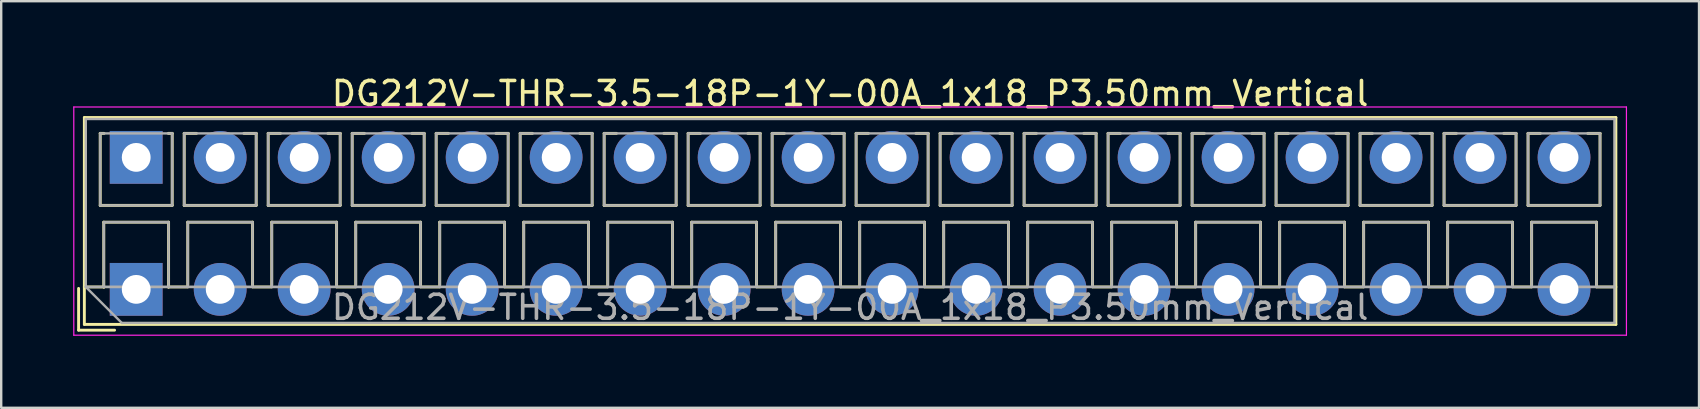
<source format=kicad_pcb>
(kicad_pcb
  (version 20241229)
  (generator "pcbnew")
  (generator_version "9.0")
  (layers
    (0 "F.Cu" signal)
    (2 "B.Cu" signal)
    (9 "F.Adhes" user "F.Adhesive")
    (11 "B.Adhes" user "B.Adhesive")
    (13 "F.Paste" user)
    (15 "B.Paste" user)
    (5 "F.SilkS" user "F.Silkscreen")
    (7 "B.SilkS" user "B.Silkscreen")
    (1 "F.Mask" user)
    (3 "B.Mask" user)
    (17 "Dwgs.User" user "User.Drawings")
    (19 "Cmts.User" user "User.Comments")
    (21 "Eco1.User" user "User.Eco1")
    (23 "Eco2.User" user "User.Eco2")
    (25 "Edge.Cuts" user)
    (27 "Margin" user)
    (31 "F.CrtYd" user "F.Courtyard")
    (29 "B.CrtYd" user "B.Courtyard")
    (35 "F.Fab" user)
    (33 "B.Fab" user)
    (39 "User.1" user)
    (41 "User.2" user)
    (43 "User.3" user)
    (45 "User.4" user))
  (footprint "DG212V-THR-3.5-18P-1Y-00A_1x18_P3.50mm_Vertical"
    (layer "F.Cu")
    (at 2.625 9.008)
    (property "Reference" "DG212V-THR-3.5-18P-1Y-00A_1x18_P3.50mm_Vertical" (at 29.75 -8.16 0) (layer "F.SilkS") (effects (font (size 1 1) (thickness 0.15))))
    (attr through_hole)
    (fp_line (start -2.4 -0.04) (end -2.4 1.7) (stroke (width 0.12) (type solid)) (layer "F.SilkS"))
    (fp_line (start -2.4 1.7) (end -0.9 1.7) (stroke (width 0.12) (type solid)) (layer "F.SilkS"))
    (fp_line (start -2.16 -7.16) (end -2.16 1.46) (stroke (width 0.12) (type solid)) (layer "F.SilkS"))
    (fp_line (start -2.16 -7.16) (end 61.66 -7.16) (stroke (width 0.12) (type solid)) (layer "F.SilkS"))
    (fp_line (start -2.16 -0.1) (end -1.34 -0.1) (stroke (width 0.12) (type solid)) (layer "F.SilkS"))
    (fp_line (start -2.16 1.46) (end 61.66 1.46) (stroke (width 0.12) (type solid)) (layer "F.SilkS"))
    (fp_line (start -1.5 -6.5) (end -1.5 -3.5) (stroke (width 0.12) (type solid)) (layer "F.SilkS"))
    (fp_line (start -1.5 -6.5) (end -1.34 -6.5) (stroke (width 0.12) (type solid)) (layer "F.SilkS"))
    (fp_line (start -1.5 -3.5) (end 1.5 -3.5) (stroke (width 0.12) (type solid)) (layer "F.SilkS"))
    (fp_line (start -1.35 -2.8) (end -1.35 -0.1) (stroke (width 0.12) (type solid)) (layer "F.SilkS"))
    (fp_line (start -1.35 -2.8) (end 1.35 -2.8) (stroke (width 0.12) (type solid)) (layer "F.SilkS"))
    (fp_line (start -1.35 -0.1) (end -1.34 -0.1) (stroke (width 0.12) (type solid)) (layer "F.SilkS"))
    (fp_line (start 1.34 -6.5) (end 1.5 -6.5) (stroke (width 0.12) (type solid)) (layer "F.SilkS"))
    (fp_line (start 1.34 -0.1) (end 1.35 -0.1) (stroke (width 0.12) (type solid)) (layer "F.SilkS"))
    (fp_line (start 1.34 -0.1) (end 2.148 -0.1) (stroke (width 0.12) (type solid)) (layer "F.SilkS"))
    (fp_line (start 1.35 -2.8) (end 1.35 -0.1) (stroke (width 0.12) (type solid)) (layer "F.SilkS"))
    (fp_line (start 1.5 -6.5) (end 1.5 -3.5) (stroke (width 0.12) (type solid)) (layer "F.SilkS"))
    (fp_line (start 2 -6.5) (end 2 -3.5) (stroke (width 0.12) (type solid)) (layer "F.SilkS"))
    (fp_line (start 2 -6.5) (end 2.512 -6.5) (stroke (width 0.12) (type solid)) (layer "F.SilkS"))
    (fp_line (start 2 -3.5) (end 5 -3.5) (stroke (width 0.12) (type solid)) (layer "F.SilkS"))
    (fp_line (start 2.15 -2.8) (end 2.15 -0.183) (stroke (width 0.12) (type solid)) (layer "F.SilkS"))
    (fp_line (start 2.15 -2.8) (end 4.85 -2.8) (stroke (width 0.12) (type solid)) (layer "F.SilkS"))
    (fp_line (start 4.489 -6.5) (end 5 -6.5) (stroke (width 0.12) (type solid)) (layer "F.SilkS"))
    (fp_line (start 4.85 -2.8) (end 4.85 -0.183) (stroke (width 0.12) (type solid)) (layer "F.SilkS"))
    (fp_line (start 4.853 -0.1) (end 5.648 -0.1) (stroke (width 0.12) (type solid)) (layer "F.SilkS"))
    (fp_line (start 5 -6.5) (end 5 -3.5) (stroke (width 0.12) (type solid)) (layer "F.SilkS"))
    (fp_line (start 5.5 -6.5) (end 5.5 -3.5) (stroke (width 0.12) (type solid)) (layer "F.SilkS"))
    (fp_line (start 5.5 -6.5) (end 6.012 -6.5) (stroke (width 0.12) (type solid)) (layer "F.SilkS"))
    (fp_line (start 5.5 -3.5) (end 8.5 -3.5) (stroke (width 0.12) (type solid)) (layer "F.SilkS"))
    (fp_line (start 5.65 -2.8) (end 5.65 -0.183) (stroke (width 0.12) (type solid)) (layer "F.SilkS"))
    (fp_line (start 5.65 -2.8) (end 8.351 -2.8) (stroke (width 0.12) (type solid)) (layer "F.SilkS"))
    (fp_line (start 7.989 -6.5) (end 8.5 -6.5) (stroke (width 0.12) (type solid)) (layer "F.SilkS"))
    (fp_line (start 8.351 -2.8) (end 8.351 -0.183) (stroke (width 0.12) (type solid)) (layer "F.SilkS"))
    (fp_line (start 8.353 -0.1) (end 9.148 -0.1) (stroke (width 0.12) (type solid)) (layer "F.SilkS"))
    (fp_line (start 8.5 -6.5) (end 8.5 -3.5) (stroke (width 0.12) (type solid)) (layer "F.SilkS"))
    (fp_line (start 9 -6.5) (end 9 -3.5) (stroke (width 0.12) (type solid)) (layer "F.SilkS"))
    (fp_line (start 9 -6.5) (end 9.512 -6.5) (stroke (width 0.12) (type solid)) (layer "F.SilkS"))
    (fp_line (start 9 -3.5) (end 12 -3.5) (stroke (width 0.12) (type solid)) (layer "F.SilkS"))
    (fp_line (start 9.15 -2.8) (end 9.15 -0.183) (stroke (width 0.12) (type solid)) (layer "F.SilkS"))
    (fp_line (start 9.15 -2.8) (end 11.851 -2.8) (stroke (width 0.12) (type solid)) (layer "F.SilkS"))
    (fp_line (start 11.489 -6.5) (end 12 -6.5) (stroke (width 0.12) (type solid)) (layer "F.SilkS"))
    (fp_line (start 11.851 -2.8) (end 11.851 -0.183) (stroke (width 0.12) (type solid)) (layer "F.SilkS"))
    (fp_line (start 11.853 -0.1) (end 12.648 -0.1) (stroke (width 0.12) (type solid)) (layer "F.SilkS"))
    (fp_line (start 12 -6.5) (end 12 -3.5) (stroke (width 0.12) (type solid)) (layer "F.SilkS"))
    (fp_line (start 12.5 -6.5) (end 12.5 -3.5) (stroke (width 0.12) (type solid)) (layer "F.SilkS"))
    (fp_line (start 12.5 -6.5) (end 13.012 -6.5) (stroke (width 0.12) (type solid)) (layer "F.SilkS"))
    (fp_line (start 12.5 -3.5) (end 15.5 -3.5) (stroke (width 0.12) (type solid)) (layer "F.SilkS"))
    (fp_line (start 12.65 -2.8) (end 12.65 -0.183) (stroke (width 0.12) (type solid)) (layer "F.SilkS"))
    (fp_line (start 12.65 -2.8) (end 15.351 -2.8) (stroke (width 0.12) (type solid)) (layer "F.SilkS"))
    (fp_line (start 14.989 -6.5) (end 15.5 -6.5) (stroke (width 0.12) (type solid)) (layer "F.SilkS"))
    (fp_line (start 15.351 -2.8) (end 15.351 -0.183) (stroke (width 0.12) (type solid)) (layer "F.SilkS"))
    (fp_line (start 15.353 -0.1) (end 16.148 -0.1) (stroke (width 0.12) (type solid)) (layer "F.SilkS"))
    (fp_line (start 15.5 -6.5) (end 15.5 -3.5) (stroke (width 0.12) (type solid)) (layer "F.SilkS"))
    (fp_line (start 16 -6.5) (end 16 -3.5) (stroke (width 0.12) (type solid)) (layer "F.SilkS"))
    (fp_line (start 16 -6.5) (end 16.512 -6.5) (stroke (width 0.12) (type solid)) (layer "F.SilkS"))
    (fp_line (start 16 -3.5) (end 19 -3.5) (stroke (width 0.12) (type solid)) (layer "F.SilkS"))
    (fp_line (start 16.15 -2.8) (end 16.15 -0.183) (stroke (width 0.12) (type solid)) (layer "F.SilkS"))
    (fp_line (start 16.15 -2.8) (end 18.85 -2.8) (stroke (width 0.12) (type solid)) (layer "F.SilkS"))
    (fp_line (start 18.489 -6.5) (end 19 -6.5) (stroke (width 0.12) (type solid)) (layer "F.SilkS"))
    (fp_line (start 18.85 -2.8) (end 18.85 -0.183) (stroke (width 0.12) (type solid)) (layer "F.SilkS"))
    (fp_line (start 18.853 -0.1) (end 19.648 -0.1) (stroke (width 0.12) (type solid)) (layer "F.SilkS"))
    (fp_line (start 19 -6.5) (end 19 -3.5) (stroke (width 0.12) (type solid)) (layer "F.SilkS"))
    (fp_line (start 19.5 -6.5) (end 19.5 -3.5) (stroke (width 0.12) (type solid)) (layer "F.SilkS"))
    (fp_line (start 19.5 -6.5) (end 20.012 -6.5) (stroke (width 0.12) (type solid)) (layer "F.SilkS"))
    (fp_line (start 19.5 -3.5) (end 22.5 -3.5) (stroke (width 0.12) (type solid)) (layer "F.SilkS"))
    (fp_line (start 19.65 -2.8) (end 19.65 -0.183) (stroke (width 0.12) (type solid)) (layer "F.SilkS"))
    (fp_line (start 19.65 -2.8) (end 22.35 -2.8) (stroke (width 0.12) (type solid)) (layer "F.SilkS"))
    (fp_line (start 21.989 -6.5) (end 22.5 -6.5) (stroke (width 0.12) (type solid)) (layer "F.SilkS"))
    (fp_line (start 22.35 -2.8) (end 22.35 -0.183) (stroke (width 0.12) (type solid)) (layer "F.SilkS"))
    (fp_line (start 22.353 -0.1) (end 23.148 -0.1) (stroke (width 0.12) (type solid)) (layer "F.SilkS"))
    (fp_line (start 22.5 -6.5) (end 22.5 -3.5) (stroke (width 0.12) (type solid)) (layer "F.SilkS"))
    (fp_line (start 23 -6.5) (end 23 -3.5) (stroke (width 0.12) (type solid)) (layer "F.SilkS"))
    (fp_line (start 23 -6.5) (end 23.512 -6.5) (stroke (width 0.12) (type solid)) (layer "F.SilkS"))
    (fp_line (start 23 -3.5) (end 26 -3.5) (stroke (width 0.12) (type solid)) (layer "F.SilkS"))
    (fp_line (start 23.15 -2.8) (end 23.15 -0.183) (stroke (width 0.12) (type solid)) (layer "F.SilkS"))
    (fp_line (start 23.15 -2.8) (end 25.85 -2.8) (stroke (width 0.12) (type solid)) (layer "F.SilkS"))
    (fp_line (start 25.489 -6.5) (end 26 -6.5) (stroke (width 0.12) (type solid)) (layer "F.SilkS"))
    (fp_line (start 25.85 -2.8) (end 25.85 -0.183) (stroke (width 0.12) (type solid)) (layer "F.SilkS"))
    (fp_line (start 25.853 -0.1) (end 26.648 -0.1) (stroke (width 0.12) (type solid)) (layer "F.SilkS"))
    (fp_line (start 26 -6.5) (end 26 -3.5) (stroke (width 0.12) (type solid)) (layer "F.SilkS"))
    (fp_line (start 26.5 -6.5) (end 26.5 -3.5) (stroke (width 0.12) (type solid)) (layer "F.SilkS"))
    (fp_line (start 26.5 -6.5) (end 27.012 -6.5) (stroke (width 0.12) (type solid)) (layer "F.SilkS"))
    (fp_line (start 26.5 -3.5) (end 29.5 -3.5) (stroke (width 0.12) (type solid)) (layer "F.SilkS"))
    (fp_line (start 26.65 -2.8) (end 26.65 -0.183) (stroke (width 0.12) (type solid)) (layer "F.SilkS"))
    (fp_line (start 26.65 -2.8) (end 29.35 -2.8) (stroke (width 0.12) (type solid)) (layer "F.SilkS"))
    (fp_line (start 28.989 -6.5) (end 29.5 -6.5) (stroke (width 0.12) (type solid)) (layer "F.SilkS"))
    (fp_line (start 29.35 -2.8) (end 29.35 -0.183) (stroke (width 0.12) (type solid)) (layer "F.SilkS"))
    (fp_line (start 29.353 -0.1) (end 30.148 -0.1) (stroke (width 0.12) (type solid)) (layer "F.SilkS"))
    (fp_line (start 29.5 -6.5) (end 29.5 -3.5) (stroke (width 0.12) (type solid)) (layer "F.SilkS"))
    (fp_line (start 30 -6.5) (end 30 -3.5) (stroke (width 0.12) (type solid)) (layer "F.SilkS"))
    (fp_line (start 30 -6.5) (end 30.512 -6.5) (stroke (width 0.12) (type solid)) (layer "F.SilkS"))
    (fp_line (start 30 -3.5) (end 33 -3.5) (stroke (width 0.12) (type solid)) (layer "F.SilkS"))
    (fp_line (start 30.15 -2.8) (end 30.15 -0.183) (stroke (width 0.12) (type solid)) (layer "F.SilkS"))
    (fp_line (start 30.15 -2.8) (end 32.85 -2.8) (stroke (width 0.12) (type solid)) (layer "F.SilkS"))
    (fp_line (start 32.489 -6.5) (end 33 -6.5) (stroke (width 0.12) (type solid)) (layer "F.SilkS"))
    (fp_line (start 32.85 -2.8) (end 32.85 -0.183) (stroke (width 0.12) (type solid)) (layer "F.SilkS"))
    (fp_line (start 32.853 -0.1) (end 33.648 -0.1) (stroke (width 0.12) (type solid)) (layer "F.SilkS"))
    (fp_line (start 33 -6.5) (end 33 -3.5) (stroke (width 0.12) (type solid)) (layer "F.SilkS"))
    (fp_line (start 33.5 -6.5) (end 33.5 -3.5) (stroke (width 0.12) (type solid)) (layer "F.SilkS"))
    (fp_line (start 33.5 -6.5) (end 34.012 -6.5) (stroke (width 0.12) (type solid)) (layer "F.SilkS"))
    (fp_line (start 33.5 -3.5) (end 36.5 -3.5) (stroke (width 0.12) (type solid)) (layer "F.SilkS"))
    (fp_line (start 33.65 -2.8) (end 33.65 -0.183) (stroke (width 0.12) (type solid)) (layer "F.SilkS"))
    (fp_line (start 33.65 -2.8) (end 36.35 -2.8) (stroke (width 0.12) (type solid)) (layer "F.SilkS"))
    (fp_line (start 35.989 -6.5) (end 36.5 -6.5) (stroke (width 0.12) (type solid)) (layer "F.SilkS"))
    (fp_line (start 36.35 -2.8) (end 36.35 -0.183) (stroke (width 0.12) (type solid)) (layer "F.SilkS"))
    (fp_line (start 36.353 -0.1) (end 37.148 -0.1) (stroke (width 0.12) (type solid)) (layer "F.SilkS"))
    (fp_line (start 36.5 -6.5) (end 36.5 -3.5) (stroke (width 0.12) (type solid)) (layer "F.SilkS"))
    (fp_line (start 37 -6.5) (end 37 -3.5) (stroke (width 0.12) (type solid)) (layer "F.SilkS"))
    (fp_line (start 37 -6.5) (end 37.512 -6.5) (stroke (width 0.12) (type solid)) (layer "F.SilkS"))
    (fp_line (start 37 -3.5) (end 40 -3.5) (stroke (width 0.12) (type solid)) (layer "F.SilkS"))
    (fp_line (start 37.15 -2.8) (end 37.15 -0.183) (stroke (width 0.12) (type solid)) (layer "F.SilkS"))
    (fp_line (start 37.15 -2.8) (end 39.85 -2.8) (stroke (width 0.12) (type solid)) (layer "F.SilkS"))
    (fp_line (start 39.489 -6.5) (end 40 -6.5) (stroke (width 0.12) (type solid)) (layer "F.SilkS"))
    (fp_line (start 39.85 -2.8) (end 39.85 -0.183) (stroke (width 0.12) (type solid)) (layer "F.SilkS"))
    (fp_line (start 39.853 -0.1) (end 40.648 -0.1) (stroke (width 0.12) (type solid)) (layer "F.SilkS"))
    (fp_line (start 40 -6.5) (end 40 -3.5) (stroke (width 0.12) (type solid)) (layer "F.SilkS"))
    (fp_line (start 40.5 -6.5) (end 40.5 -3.5) (stroke (width 0.12) (type solid)) (layer "F.SilkS"))
    (fp_line (start 40.5 -6.5) (end 41.012 -6.5) (stroke (width 0.12) (type solid)) (layer "F.SilkS"))
    (fp_line (start 40.5 -3.5) (end 43.5 -3.5) (stroke (width 0.12) (type solid)) (layer "F.SilkS"))
    (fp_line (start 40.65 -2.8) (end 40.65 -0.183) (stroke (width 0.12) (type solid)) (layer "F.SilkS"))
    (fp_line (start 40.65 -2.8) (end 43.35 -2.8) (stroke (width 0.12) (type solid)) (layer "F.SilkS"))
    (fp_line (start 42.989 -6.5) (end 43.5 -6.5) (stroke (width 0.12) (type solid)) (layer "F.SilkS"))
    (fp_line (start 43.35 -2.8) (end 43.35 -0.183) (stroke (width 0.12) (type solid)) (layer "F.SilkS"))
    (fp_line (start 43.353 -0.1) (end 44.148 -0.1) (stroke (width 0.12) (type solid)) (layer "F.SilkS"))
    (fp_line (start 43.5 -6.5) (end 43.5 -3.5) (stroke (width 0.12) (type solid)) (layer "F.SilkS"))
    (fp_line (start 44 -6.5) (end 44 -3.5) (stroke (width 0.12) (type solid)) (layer "F.SilkS"))
    (fp_line (start 44 -6.5) (end 44.512 -6.5) (stroke (width 0.12) (type solid)) (layer "F.SilkS"))
    (fp_line (start 44 -3.5) (end 47 -3.5) (stroke (width 0.12) (type solid)) (layer "F.SilkS"))
    (fp_line (start 44.15 -2.8) (end 44.15 -0.183) (stroke (width 0.12) (type solid)) (layer "F.SilkS"))
    (fp_line (start 44.15 -2.8) (end 46.85 -2.8) (stroke (width 0.12) (type solid)) (layer "F.SilkS"))
    (fp_line (start 46.489 -6.5) (end 47 -6.5) (stroke (width 0.12) (type solid)) (layer "F.SilkS"))
    (fp_line (start 46.85 -2.8) (end 46.85 -0.183) (stroke (width 0.12) (type solid)) (layer "F.SilkS"))
    (fp_line (start 46.853 -0.1) (end 47.648 -0.1) (stroke (width 0.12) (type solid)) (layer "F.SilkS"))
    (fp_line (start 47 -6.5) (end 47 -3.5) (stroke (width 0.12) (type solid)) (layer "F.SilkS"))
    (fp_line (start 47.5 -6.5) (end 47.5 -3.5) (stroke (width 0.12) (type solid)) (layer "F.SilkS"))
    (fp_line (start 47.5 -6.5) (end 48.012 -6.5) (stroke (width 0.12) (type solid)) (layer "F.SilkS"))
    (fp_line (start 47.5 -3.5) (end 50.5 -3.5) (stroke (width 0.12) (type solid)) (layer "F.SilkS"))
    (fp_line (start 47.65 -2.8) (end 47.65 -0.183) (stroke (width 0.12) (type solid)) (layer "F.SilkS"))
    (fp_line (start 47.65 -2.8) (end 50.35 -2.8) (stroke (width 0.12) (type solid)) (layer "F.SilkS"))
    (fp_line (start 49.989 -6.5) (end 50.5 -6.5) (stroke (width 0.12) (type solid)) (layer "F.SilkS"))
    (fp_line (start 50.35 -2.8) (end 50.35 -0.183) (stroke (width 0.12) (type solid)) (layer "F.SilkS"))
    (fp_line (start 50.353 -0.1) (end 51.148 -0.1) (stroke (width 0.12) (type solid)) (layer "F.SilkS"))
    (fp_line (start 50.5 -6.5) (end 50.5 -3.5) (stroke (width 0.12) (type solid)) (layer "F.SilkS"))
    (fp_line (start 51 -6.5) (end 51 -3.5) (stroke (width 0.12) (type solid)) (layer "F.SilkS"))
    (fp_line (start 51 -6.5) (end 51.512 -6.5) (stroke (width 0.12) (type solid)) (layer "F.SilkS"))
    (fp_line (start 51 -3.5) (end 54 -3.5) (stroke (width 0.12) (type solid)) (layer "F.SilkS"))
    (fp_line (start 51.15 -2.8) (end 51.15 -0.183) (stroke (width 0.12) (type solid)) (layer "F.SilkS"))
    (fp_line (start 51.15 -2.8) (end 53.85 -2.8) (stroke (width 0.12) (type solid)) (layer "F.SilkS"))
    (fp_line (start 53.489 -6.5) (end 54 -6.5) (stroke (width 0.12) (type solid)) (layer "F.SilkS"))
    (fp_line (start 53.85 -2.8) (end 53.85 -0.183) (stroke (width 0.12) (type solid)) (layer "F.SilkS"))
    (fp_line (start 53.853 -0.1) (end 54.648 -0.1) (stroke (width 0.12) (type solid)) (layer "F.SilkS"))
    (fp_line (start 54 -6.5) (end 54 -3.5) (stroke (width 0.12) (type solid)) (layer "F.SilkS"))
    (fp_line (start 54.5 -6.5) (end 54.5 -3.5) (stroke (width 0.12) (type solid)) (layer "F.SilkS"))
    (fp_line (start 54.5 -6.5) (end 55.012 -6.5) (stroke (width 0.12) (type solid)) (layer "F.SilkS"))
    (fp_line (start 54.5 -3.5) (end 57.5 -3.5) (stroke (width 0.12) (type solid)) (layer "F.SilkS"))
    (fp_line (start 54.65 -2.8) (end 54.65 -0.183) (stroke (width 0.12) (type solid)) (layer "F.SilkS"))
    (fp_line (start 54.65 -2.8) (end 57.35 -2.8) (stroke (width 0.12) (type solid)) (layer "F.SilkS"))
    (fp_line (start 56.989 -6.5) (end 57.5 -6.5) (stroke (width 0.12) (type solid)) (layer "F.SilkS"))
    (fp_line (start 57.35 -2.8) (end 57.35 -0.183) (stroke (width 0.12) (type solid)) (layer "F.SilkS"))
    (fp_line (start 57.353 -0.1) (end 58.148 -0.1) (stroke (width 0.12) (type solid)) (layer "F.SilkS"))
    (fp_line (start 57.5 -6.5) (end 57.5 -3.5) (stroke (width 0.12) (type solid)) (layer "F.SilkS"))
    (fp_line (start 58 -6.5) (end 58 -3.5) (stroke (width 0.12) (type solid)) (layer "F.SilkS"))
    (fp_line (start 58 -6.5) (end 58.512 -6.5) (stroke (width 0.12) (type solid)) (layer "F.SilkS"))
    (fp_line (start 58 -3.5) (end 61 -3.5) (stroke (width 0.12) (type solid)) (layer "F.SilkS"))
    (fp_line (start 58.15 -2.8) (end 58.15 -0.183) (stroke (width 0.12) (type solid)) (layer "F.SilkS"))
    (fp_line (start 58.15 -2.8) (end 60.85 -2.8) (stroke (width 0.12) (type solid)) (layer "F.SilkS"))
    (fp_line (start 60.489 -6.5) (end 61 -6.5) (stroke (width 0.12) (type solid)) (layer "F.SilkS"))
    (fp_line (start 60.85 -2.8) (end 60.85 -0.183) (stroke (width 0.12) (type solid)) (layer "F.SilkS"))
    (fp_line (start 60.853 -0.1) (end 61.66 -0.1) (stroke (width 0.12) (type solid)) (layer "F.SilkS"))
    (fp_line (start 61 -6.5) (end 61 -3.5) (stroke (width 0.12) (type solid)) (layer "F.SilkS"))
    (fp_line (start 61.66 -7.16) (end 61.66 1.46) (stroke (width 0.12) (type solid)) (layer "F.SilkS"))
    (fp_line (start -2.6 -7.6) (end -2.6 1.91) (stroke (width 0.05) (type solid)) (layer "F.CrtYd"))
    (fp_line (start -2.6 1.91) (end 62.1 1.91) (stroke (width 0.05) (type solid)) (layer "F.CrtYd"))
    (fp_line (start 62.1 -7.6) (end -2.6 -7.6) (stroke (width 0.05) (type solid)) (layer "F.CrtYd"))
    (fp_line (start 62.1 1.91) (end 62.1 -7.6) (stroke (width 0.05) (type solid)) (layer "F.CrtYd"))
    (fp_line (start -2.1 -7.1) (end 61.6 -7.1) (stroke (width 0.1) (type solid)) (layer "F.Fab"))
    (fp_line (start -2.1 -0.1) (end -2.1 -7.1) (stroke (width 0.1) (type solid)) (layer "F.Fab"))
    (fp_line (start -2.1 -0.1) (end 61.6 -0.1) (stroke (width 0.1) (type solid)) (layer "F.Fab"))
    (fp_line (start -1.5 -6.5) (end -1.5 -3.5) (stroke (width 0.1) (type solid)) (layer "F.Fab"))
    (fp_line (start -1.5 -3.5) (end 1.5 -3.5) (stroke (width 0.1) (type solid)) (layer "F.Fab"))
    (fp_line (start -1.35 -2.8) (end -1.35 -0.1) (stroke (width 0.1) (type solid)) (layer "F.Fab"))
    (fp_line (start -1.35 -0.1) (end 1.35 -0.1) (stroke (width 0.1) (type solid)) (layer "F.Fab"))
    (fp_line (start -0.6 1.4) (end -2.1 -0.1) (stroke (width 0.1) (type solid)) (layer "F.Fab"))
    (fp_line (start 1.35 -2.8) (end -1.35 -2.8) (stroke (width 0.1) (type solid)) (layer "F.Fab"))
    (fp_line (start 1.35 -0.1) (end 1.35 -2.8) (stroke (width 0.1) (type solid)) (layer "F.Fab"))
    (fp_line (start 1.5 -6.5) (end -1.5 -6.5) (stroke (width 0.1) (type solid)) (layer "F.Fab"))
    (fp_line (start 1.5 -3.5) (end 1.5 -6.5) (stroke (width 0.1) (type solid)) (layer "F.Fab"))
    (fp_line (start 2 -6.5) (end 2 -3.5) (stroke (width 0.1) (type solid)) (layer "F.Fab"))
    (fp_line (start 2 -3.5) (end 5 -3.5) (stroke (width 0.1) (type solid)) (layer "F.Fab"))
    (fp_line (start 2.15 -2.8) (end 2.15 -0.1) (stroke (width 0.1) (type solid)) (layer "F.Fab"))
    (fp_line (start 2.15 -0.1) (end 4.85 -0.1) (stroke (width 0.1) (type solid)) (layer "F.Fab"))
    (fp_line (start 4.85 -2.8) (end 2.15 -2.8) (stroke (width 0.1) (type solid)) (layer "F.Fab"))
    (fp_line (start 4.85 -0.1) (end 4.85 -2.8) (stroke (width 0.1) (type solid)) (layer "F.Fab"))
    (fp_line (start 5 -6.5) (end 2 -6.5) (stroke (width 0.1) (type solid)) (layer "F.Fab"))
    (fp_line (start 5 -3.5) (end 5 -6.5) (stroke (width 0.1) (type solid)) (layer "F.Fab"))
    (fp_line (start 5.5 -6.5) (end 5.5 -3.5) (stroke (width 0.1) (type solid)) (layer "F.Fab"))
    (fp_line (start 5.5 -3.5) (end 8.5 -3.5) (stroke (width 0.1) (type solid)) (layer "F.Fab"))
    (fp_line (start 5.65 -2.8) (end 5.65 -0.1) (stroke (width 0.1) (type solid)) (layer "F.Fab"))
    (fp_line (start 5.65 -0.1) (end 8.351 -0.1) (stroke (width 0.1) (type solid)) (layer "F.Fab"))
    (fp_line (start 8.351 -2.8) (end 5.65 -2.8) (stroke (width 0.1) (type solid)) (layer "F.Fab"))
    (fp_line (start 8.351 -0.1) (end 8.351 -2.8) (stroke (width 0.1) (type solid)) (layer "F.Fab"))
    (fp_line (start 8.5 -6.5) (end 5.5 -6.5) (stroke (width 0.1) (type solid)) (layer "F.Fab"))
    (fp_line (start 8.5 -3.5) (end 8.5 -6.5) (stroke (width 0.1) (type solid)) (layer "F.Fab"))
    (fp_line (start 9 -6.5) (end 9 -3.5) (stroke (width 0.1) (type solid)) (layer "F.Fab"))
    (fp_line (start 9 -3.5) (end 12 -3.5) (stroke (width 0.1) (type solid)) (layer "F.Fab"))
    (fp_line (start 9.15 -2.8) (end 9.15 -0.1) (stroke (width 0.1) (type solid)) (layer "F.Fab"))
    (fp_line (start 9.15 -0.1) (end 11.851 -0.1) (stroke (width 0.1) (type solid)) (layer "F.Fab"))
    (fp_line (start 11.851 -2.8) (end 9.15 -2.8) (stroke (width 0.1) (type solid)) (layer "F.Fab"))
    (fp_line (start 11.851 -0.1) (end 11.851 -2.8) (stroke (width 0.1) (type solid)) (layer "F.Fab"))
    (fp_line (start 12 -6.5) (end 9 -6.5) (stroke (width 0.1) (type solid)) (layer "F.Fab"))
    (fp_line (start 12 -3.5) (end 12 -6.5) (stroke (width 0.1) (type solid)) (layer "F.Fab"))
    (fp_line (start 12.5 -6.5) (end 12.5 -3.5) (stroke (width 0.1) (type solid)) (layer "F.Fab"))
    (fp_line (start 12.5 -3.5) (end 15.5 -3.5) (stroke (width 0.1) (type solid)) (layer "F.Fab"))
    (fp_line (start 12.65 -2.8) (end 12.65 -0.1) (stroke (width 0.1) (type solid)) (layer "F.Fab"))
    (fp_line (start 12.65 -0.1) (end 15.351 -0.1) (stroke (width 0.1) (type solid)) (layer "F.Fab"))
    (fp_line (start 15.351 -2.8) (end 12.65 -2.8) (stroke (width 0.1) (type solid)) (layer "F.Fab"))
    (fp_line (start 15.351 -0.1) (end 15.351 -2.8) (stroke (width 0.1) (type solid)) (layer "F.Fab"))
    (fp_line (start 15.5 -6.5) (end 12.5 -6.5) (stroke (width 0.1) (type solid)) (layer "F.Fab"))
    (fp_line (start 15.5 -3.5) (end 15.5 -6.5) (stroke (width 0.1) (type solid)) (layer "F.Fab"))
    (fp_line (start 16 -6.5) (end 16 -3.5) (stroke (width 0.1) (type solid)) (layer "F.Fab"))
    (fp_line (start 16 -3.5) (end 19 -3.5) (stroke (width 0.1) (type solid)) (layer "F.Fab"))
    (fp_line (start 16.15 -2.8) (end 16.15 -0.1) (stroke (width 0.1) (type solid)) (layer "F.Fab"))
    (fp_line (start 16.15 -0.1) (end 18.85 -0.1) (stroke (width 0.1) (type solid)) (layer "F.Fab"))
    (fp_line (start 18.85 -2.8) (end 16.15 -2.8) (stroke (width 0.1) (type solid)) (layer "F.Fab"))
    (fp_line (start 18.85 -0.1) (end 18.85 -2.8) (stroke (width 0.1) (type solid)) (layer "F.Fab"))
    (fp_line (start 19 -6.5) (end 16 -6.5) (stroke (width 0.1) (type solid)) (layer "F.Fab"))
    (fp_line (start 19 -3.5) (end 19 -6.5) (stroke (width 0.1) (type solid)) (layer "F.Fab"))
    (fp_line (start 19.5 -6.5) (end 19.5 -3.5) (stroke (width 0.1) (type solid)) (layer "F.Fab"))
    (fp_line (start 19.5 -3.5) (end 22.5 -3.5) (stroke (width 0.1) (type solid)) (layer "F.Fab"))
    (fp_line (start 19.65 -2.8) (end 19.65 -0.1) (stroke (width 0.1) (type solid)) (layer "F.Fab"))
    (fp_line (start 19.65 -0.1) (end 22.35 -0.1) (stroke (width 0.1) (type solid)) (layer "F.Fab"))
    (fp_line (start 22.35 -2.8) (end 19.65 -2.8) (stroke (width 0.1) (type solid)) (layer "F.Fab"))
    (fp_line (start 22.35 -0.1) (end 22.35 -2.8) (stroke (width 0.1) (type solid)) (layer "F.Fab"))
    (fp_line (start 22.5 -6.5) (end 19.5 -6.5) (stroke (width 0.1) (type solid)) (layer "F.Fab"))
    (fp_line (start 22.5 -3.5) (end 22.5 -6.5) (stroke (width 0.1) (type solid)) (layer "F.Fab"))
    (fp_line (start 23 -6.5) (end 23 -3.5) (stroke (width 0.1) (type solid)) (layer "F.Fab"))
    (fp_line (start 23 -3.5) (end 26 -3.5) (stroke (width 0.1) (type solid)) (layer "F.Fab"))
    (fp_line (start 23.15 -2.8) (end 23.15 -0.1) (stroke (width 0.1) (type solid)) (layer "F.Fab"))
    (fp_line (start 23.15 -0.1) (end 25.85 -0.1) (stroke (width 0.1) (type solid)) (layer "F.Fab"))
    (fp_line (start 25.85 -2.8) (end 23.15 -2.8) (stroke (width 0.1) (type solid)) (layer "F.Fab"))
    (fp_line (start 25.85 -0.1) (end 25.85 -2.8) (stroke (width 0.1) (type solid)) (layer "F.Fab"))
    (fp_line (start 26 -6.5) (end 23 -6.5) (stroke (width 0.1) (type solid)) (layer "F.Fab"))
    (fp_line (start 26 -3.5) (end 26 -6.5) (stroke (width 0.1) (type solid)) (layer "F.Fab"))
    (fp_line (start 26.5 -6.5) (end 26.5 -3.5) (stroke (width 0.1) (type solid)) (layer "F.Fab"))
    (fp_line (start 26.5 -3.5) (end 29.5 -3.5) (stroke (width 0.1) (type solid)) (layer "F.Fab"))
    (fp_line (start 26.65 -2.8) (end 26.65 -0.1) (stroke (width 0.1) (type solid)) (layer "F.Fab"))
    (fp_line (start 26.65 -0.1) (end 29.35 -0.1) (stroke (width 0.1) (type solid)) (layer "F.Fab"))
    (fp_line (start 29.35 -2.8) (end 26.65 -2.8) (stroke (width 0.1) (type solid)) (layer "F.Fab"))
    (fp_line (start 29.35 -0.1) (end 29.35 -2.8) (stroke (width 0.1) (type solid)) (layer "F.Fab"))
    (fp_line (start 29.5 -6.5) (end 26.5 -6.5) (stroke (width 0.1) (type solid)) (layer "F.Fab"))
    (fp_line (start 29.5 -3.5) (end 29.5 -6.5) (stroke (width 0.1) (type solid)) (layer "F.Fab"))
    (fp_line (start 30 -6.5) (end 30 -3.5) (stroke (width 0.1) (type solid)) (layer "F.Fab"))
    (fp_line (start 30 -3.5) (end 33 -3.5) (stroke (width 0.1) (type solid)) (layer "F.Fab"))
    (fp_line (start 30.15 -2.8) (end 30.15 -0.1) (stroke (width 0.1) (type solid)) (layer "F.Fab"))
    (fp_line (start 30.15 -0.1) (end 32.85 -0.1) (stroke (width 0.1) (type solid)) (layer "F.Fab"))
    (fp_line (start 32.85 -2.8) (end 30.15 -2.8) (stroke (width 0.1) (type solid)) (layer "F.Fab"))
    (fp_line (start 32.85 -0.1) (end 32.85 -2.8) (stroke (width 0.1) (type solid)) (layer "F.Fab"))
    (fp_line (start 33 -6.5) (end 30 -6.5) (stroke (width 0.1) (type solid)) (layer "F.Fab"))
    (fp_line (start 33 -3.5) (end 33 -6.5) (stroke (width 0.1) (type solid)) (layer "F.Fab"))
    (fp_line (start 33.5 -6.5) (end 33.5 -3.5) (stroke (width 0.1) (type solid)) (layer "F.Fab"))
    (fp_line (start 33.5 -3.5) (end 36.5 -3.5) (stroke (width 0.1) (type solid)) (layer "F.Fab"))
    (fp_line (start 33.65 -2.8) (end 33.65 -0.1) (stroke (width 0.1) (type solid)) (layer "F.Fab"))
    (fp_line (start 33.65 -0.1) (end 36.35 -0.1) (stroke (width 0.1) (type solid)) (layer "F.Fab"))
    (fp_line (start 36.35 -2.8) (end 33.65 -2.8) (stroke (width 0.1) (type solid)) (layer "F.Fab"))
    (fp_line (start 36.35 -0.1) (end 36.35 -2.8) (stroke (width 0.1) (type solid)) (layer "F.Fab"))
    (fp_line (start 36.5 -6.5) (end 33.5 -6.5) (stroke (width 0.1) (type solid)) (layer "F.Fab"))
    (fp_line (start 36.5 -3.5) (end 36.5 -6.5) (stroke (width 0.1) (type solid)) (layer "F.Fab"))
    (fp_line (start 37 -6.5) (end 37 -3.5) (stroke (width 0.1) (type solid)) (layer "F.Fab"))
    (fp_line (start 37 -3.5) (end 40 -3.5) (stroke (width 0.1) (type solid)) (layer "F.Fab"))
    (fp_line (start 37.15 -2.8) (end 37.15 -0.1) (stroke (width 0.1) (type solid)) (layer "F.Fab"))
    (fp_line (start 37.15 -0.1) (end 39.85 -0.1) (stroke (width 0.1) (type solid)) (layer "F.Fab"))
    (fp_line (start 39.85 -2.8) (end 37.15 -2.8) (stroke (width 0.1) (type solid)) (layer "F.Fab"))
    (fp_line (start 39.85 -0.1) (end 39.85 -2.8) (stroke (width 0.1) (type solid)) (layer "F.Fab"))
    (fp_line (start 40 -6.5) (end 37 -6.5) (stroke (width 0.1) (type solid)) (layer "F.Fab"))
    (fp_line (start 40 -3.5) (end 40 -6.5) (stroke (width 0.1) (type solid)) (layer "F.Fab"))
    (fp_line (start 40.5 -6.5) (end 40.5 -3.5) (stroke (width 0.1) (type solid)) (layer "F.Fab"))
    (fp_line (start 40.5 -3.5) (end 43.5 -3.5) (stroke (width 0.1) (type solid)) (layer "F.Fab"))
    (fp_line (start 40.65 -2.8) (end 40.65 -0.1) (stroke (width 0.1) (type solid)) (layer "F.Fab"))
    (fp_line (start 40.65 -0.1) (end 43.35 -0.1) (stroke (width 0.1) (type solid)) (layer "F.Fab"))
    (fp_line (start 43.35 -2.8) (end 40.65 -2.8) (stroke (width 0.1) (type solid)) (layer "F.Fab"))
    (fp_line (start 43.35 -0.1) (end 43.35 -2.8) (stroke (width 0.1) (type solid)) (layer "F.Fab"))
    (fp_line (start 43.5 -6.5) (end 40.5 -6.5) (stroke (width 0.1) (type solid)) (layer "F.Fab"))
    (fp_line (start 43.5 -3.5) (end 43.5 -6.5) (stroke (width 0.1) (type solid)) (layer "F.Fab"))
    (fp_line (start 44 -6.5) (end 44 -3.5) (stroke (width 0.1) (type solid)) (layer "F.Fab"))
    (fp_line (start 44 -3.5) (end 47 -3.5) (stroke (width 0.1) (type solid)) (layer "F.Fab"))
    (fp_line (start 44.15 -2.8) (end 44.15 -0.1) (stroke (width 0.1) (type solid)) (layer "F.Fab"))
    (fp_line (start 44.15 -0.1) (end 46.85 -0.1) (stroke (width 0.1) (type solid)) (layer "F.Fab"))
    (fp_line (start 46.85 -2.8) (end 44.15 -2.8) (stroke (width 0.1) (type solid)) (layer "F.Fab"))
    (fp_line (start 46.85 -0.1) (end 46.85 -2.8) (stroke (width 0.1) (type solid)) (layer "F.Fab"))
    (fp_line (start 47 -6.5) (end 44 -6.5) (stroke (width 0.1) (type solid)) (layer "F.Fab"))
    (fp_line (start 47 -3.5) (end 47 -6.5) (stroke (width 0.1) (type solid)) (layer "F.Fab"))
    (fp_line (start 47.5 -6.5) (end 47.5 -3.5) (stroke (width 0.1) (type solid)) (layer "F.Fab"))
    (fp_line (start 47.5 -3.5) (end 50.5 -3.5) (stroke (width 0.1) (type solid)) (layer "F.Fab"))
    (fp_line (start 47.65 -2.8) (end 47.65 -0.1) (stroke (width 0.1) (type solid)) (layer "F.Fab"))
    (fp_line (start 47.65 -0.1) (end 50.35 -0.1) (stroke (width 0.1) (type solid)) (layer "F.Fab"))
    (fp_line (start 50.35 -2.8) (end 47.65 -2.8) (stroke (width 0.1) (type solid)) (layer "F.Fab"))
    (fp_line (start 50.35 -0.1) (end 50.35 -2.8) (stroke (width 0.1) (type solid)) (layer "F.Fab"))
    (fp_line (start 50.5 -6.5) (end 47.5 -6.5) (stroke (width 0.1) (type solid)) (layer "F.Fab"))
    (fp_line (start 50.5 -3.5) (end 50.5 -6.5) (stroke (width 0.1) (type solid)) (layer "F.Fab"))
    (fp_line (start 51 -6.5) (end 51 -3.5) (stroke (width 0.1) (type solid)) (layer "F.Fab"))
    (fp_line (start 51 -3.5) (end 54 -3.5) (stroke (width 0.1) (type solid)) (layer "F.Fab"))
    (fp_line (start 51.15 -2.8) (end 51.15 -0.1) (stroke (width 0.1) (type solid)) (layer "F.Fab"))
    (fp_line (start 51.15 -0.1) (end 53.85 -0.1) (stroke (width 0.1) (type solid)) (layer "F.Fab"))
    (fp_line (start 53.85 -2.8) (end 51.15 -2.8) (stroke (width 0.1) (type solid)) (layer "F.Fab"))
    (fp_line (start 53.85 -0.1) (end 53.85 -2.8) (stroke (width 0.1) (type solid)) (layer "F.Fab"))
    (fp_line (start 54 -6.5) (end 51 -6.5) (stroke (width 0.1) (type solid)) (layer "F.Fab"))
    (fp_line (start 54 -3.5) (end 54 -6.5) (stroke (width 0.1) (type solid)) (layer "F.Fab"))
    (fp_line (start 54.5 -6.5) (end 54.5 -3.5) (stroke (width 0.1) (type solid)) (layer "F.Fab"))
    (fp_line (start 54.5 -3.5) (end 57.5 -3.5) (stroke (width 0.1) (type solid)) (layer "F.Fab"))
    (fp_line (start 54.65 -2.8) (end 54.65 -0.1) (stroke (width 0.1) (type solid)) (layer "F.Fab"))
    (fp_line (start 54.65 -0.1) (end 57.35 -0.1) (stroke (width 0.1) (type solid)) (layer "F.Fab"))
    (fp_line (start 57.35 -2.8) (end 54.65 -2.8) (stroke (width 0.1) (type solid)) (layer "F.Fab"))
    (fp_line (start 57.35 -0.1) (end 57.35 -2.8) (stroke (width 0.1) (type solid)) (layer "F.Fab"))
    (fp_line (start 57.5 -6.5) (end 54.5 -6.5) (stroke (width 0.1) (type solid)) (layer "F.Fab"))
    (fp_line (start 57.5 -3.5) (end 57.5 -6.5) (stroke (width 0.1) (type solid)) (layer "F.Fab"))
    (fp_line (start 58 -6.5) (end 58 -3.5) (stroke (width 0.1) (type solid)) (layer "F.Fab"))
    (fp_line (start 58 -3.5) (end 61 -3.5) (stroke (width 0.1) (type solid)) (layer "F.Fab"))
    (fp_line (start 58.15 -2.8) (end 58.15 -0.1) (stroke (width 0.1) (type solid)) (layer "F.Fab"))
    (fp_line (start 58.15 -0.1) (end 60.85 -0.1) (stroke (width 0.1) (type solid)) (layer "F.Fab"))
    (fp_line (start 60.85 -2.8) (end 58.15 -2.8) (stroke (width 0.1) (type solid)) (layer "F.Fab"))
    (fp_line (start 60.85 -0.1) (end 60.85 -2.8) (stroke (width 0.1) (type solid)) (layer "F.Fab"))
    (fp_line (start 61 -6.5) (end 58 -6.5) (stroke (width 0.1) (type solid)) (layer "F.Fab"))
    (fp_line (start 61 -3.5) (end 61 -6.5) (stroke (width 0.1) (type solid)) (layer "F.Fab"))
    (fp_line (start 61.6 -7.1) (end 61.6 1.4) (stroke (width 0.1) (type solid)) (layer "F.Fab"))
    (fp_line (start 61.6 1.4) (end -0.6 1.4) (stroke (width 0.1) (type solid)) (layer "F.Fab"))
    (fp_text user "${REFERENCE}" (at 29.75 0.75 0) (layer "F.Fab") (effects (font (size 1 1) (thickness 0.15))))
    (pad "1" thru_hole rect (at 0 -5.5) (size 2.2 2.2) (drill 1.2) (layers "*.Cu" "*.Mask"))
    (pad "1" thru_hole rect (at 0 0) (size 2.2 2.2) (drill 1.2) (layers "*.Cu" "*.Mask"))
    (pad "2" thru_hole circle (at 3.5 -5.5) (size 2.2 2.2) (drill 1.2) (layers "*.Cu" "*.Mask"))
    (pad "2" thru_hole circle (at 3.5 0) (size 2.2 2.2) (drill 1.2) (layers "*.Cu" "*.Mask"))
    (pad "3" thru_hole circle (at 7 -5.5) (size 2.2 2.2) (drill 1.2) (layers "*.Cu" "*.Mask"))
    (pad "3" thru_hole circle (at 7 0) (size 2.2 2.2) (drill 1.2) (layers "*.Cu" "*.Mask"))
    (pad "4" thru_hole circle (at 10.5 -5.5) (size 2.2 2.2) (drill 1.2) (layers "*.Cu" "*.Mask"))
    (pad "4" thru_hole circle (at 10.5 0) (size 2.2 2.2) (drill 1.2) (layers "*.Cu" "*.Mask"))
    (pad "5" thru_hole circle (at 14 -5.5) (size 2.2 2.2) (drill 1.2) (layers "*.Cu" "*.Mask"))
    (pad "5" thru_hole circle (at 14 0) (size 2.2 2.2) (drill 1.2) (layers "*.Cu" "*.Mask"))
    (pad "6" thru_hole circle (at 17.5 -5.5) (size 2.2 2.2) (drill 1.2) (layers "*.Cu" "*.Mask"))
    (pad "6" thru_hole circle (at 17.5 0) (size 2.2 2.2) (drill 1.2) (layers "*.Cu" "*.Mask"))
    (pad "7" thru_hole circle (at 21 -5.5) (size 2.2 2.2) (drill 1.2) (layers "*.Cu" "*.Mask"))
    (pad "7" thru_hole circle (at 21 0) (size 2.2 2.2) (drill 1.2) (layers "*.Cu" "*.Mask"))
    (pad "8" thru_hole circle (at 24.5 -5.5) (size 2.2 2.2) (drill 1.2) (layers "*.Cu" "*.Mask"))
    (pad "8" thru_hole circle (at 24.5 0) (size 2.2 2.2) (drill 1.2) (layers "*.Cu" "*.Mask"))
    (pad "9" thru_hole circle (at 28 -5.5) (size 2.2 2.2) (drill 1.2) (layers "*.Cu" "*.Mask"))
    (pad "9" thru_hole circle (at 28 0) (size 2.2 2.2) (drill 1.2) (layers "*.Cu" "*.Mask"))
    (pad "10" thru_hole circle (at 31.5 -5.5) (size 2.2 2.2) (drill 1.2) (layers "*.Cu" "*.Mask"))
    (pad "10" thru_hole circle (at 31.5 0) (size 2.2 2.2) (drill 1.2) (layers "*.Cu" "*.Mask"))
    (pad "11" thru_hole circle (at 35 -5.5) (size 2.2 2.2) (drill 1.2) (layers "*.Cu" "*.Mask"))
    (pad "11" thru_hole circle (at 35 0) (size 2.2 2.2) (drill 1.2) (layers "*.Cu" "*.Mask"))
    (pad "12" thru_hole circle (at 38.5 -5.5) (size 2.2 2.2) (drill 1.2) (layers "*.Cu" "*.Mask"))
    (pad "12" thru_hole circle (at 38.5 0) (size 2.2 2.2) (drill 1.2) (layers "*.Cu" "*.Mask"))
    (pad "13" thru_hole circle (at 42 -5.5) (size 2.2 2.2) (drill 1.2) (layers "*.Cu" "*.Mask"))
    (pad "13" thru_hole circle (at 42 0) (size 2.2 2.2) (drill 1.2) (layers "*.Cu" "*.Mask"))
    (pad "14" thru_hole circle (at 45.5 -5.5) (size 2.2 2.2) (drill 1.2) (layers "*.Cu" "*.Mask"))
    (pad "14" thru_hole circle (at 45.5 0) (size 2.2 2.2) (drill 1.2) (layers "*.Cu" "*.Mask"))
    (pad "15" thru_hole circle (at 49 -5.5) (size 2.2 2.2) (drill 1.2) (layers "*.Cu" "*.Mask"))
    (pad "15" thru_hole circle (at 49 0) (size 2.2 2.2) (drill 1.2) (layers "*.Cu" "*.Mask"))
    (pad "16" thru_hole circle (at 52.5 -5.5) (size 2.2 2.2) (drill 1.2) (layers "*.Cu" "*.Mask"))
    (pad "16" thru_hole circle (at 52.5 0) (size 2.2 2.2) (drill 1.2) (layers "*.Cu" "*.Mask"))
    (pad "17" thru_hole circle (at 56 -5.5) (size 2.2 2.2) (drill 1.2) (layers "*.Cu" "*.Mask"))
    (pad "17" thru_hole circle (at 56 0) (size 2.2 2.2) (drill 1.2) (layers "*.Cu" "*.Mask"))
    (pad "18" thru_hole circle (at 59.5 -5.5) (size 2.2 2.2) (drill 1.2) (layers "*.Cu" "*.Mask"))
    (pad "18" thru_hole circle (at 59.5 0) (size 2.2 2.2) (drill 1.2) (layers "*.Cu" "*.Mask")))
  (gr_rect
    (start -3 -3)
    (end 67.75 13.943)
    (stroke (width 0.1) (type default))
    (fill no)
    (layer "Edge.Cuts")))
</source>
